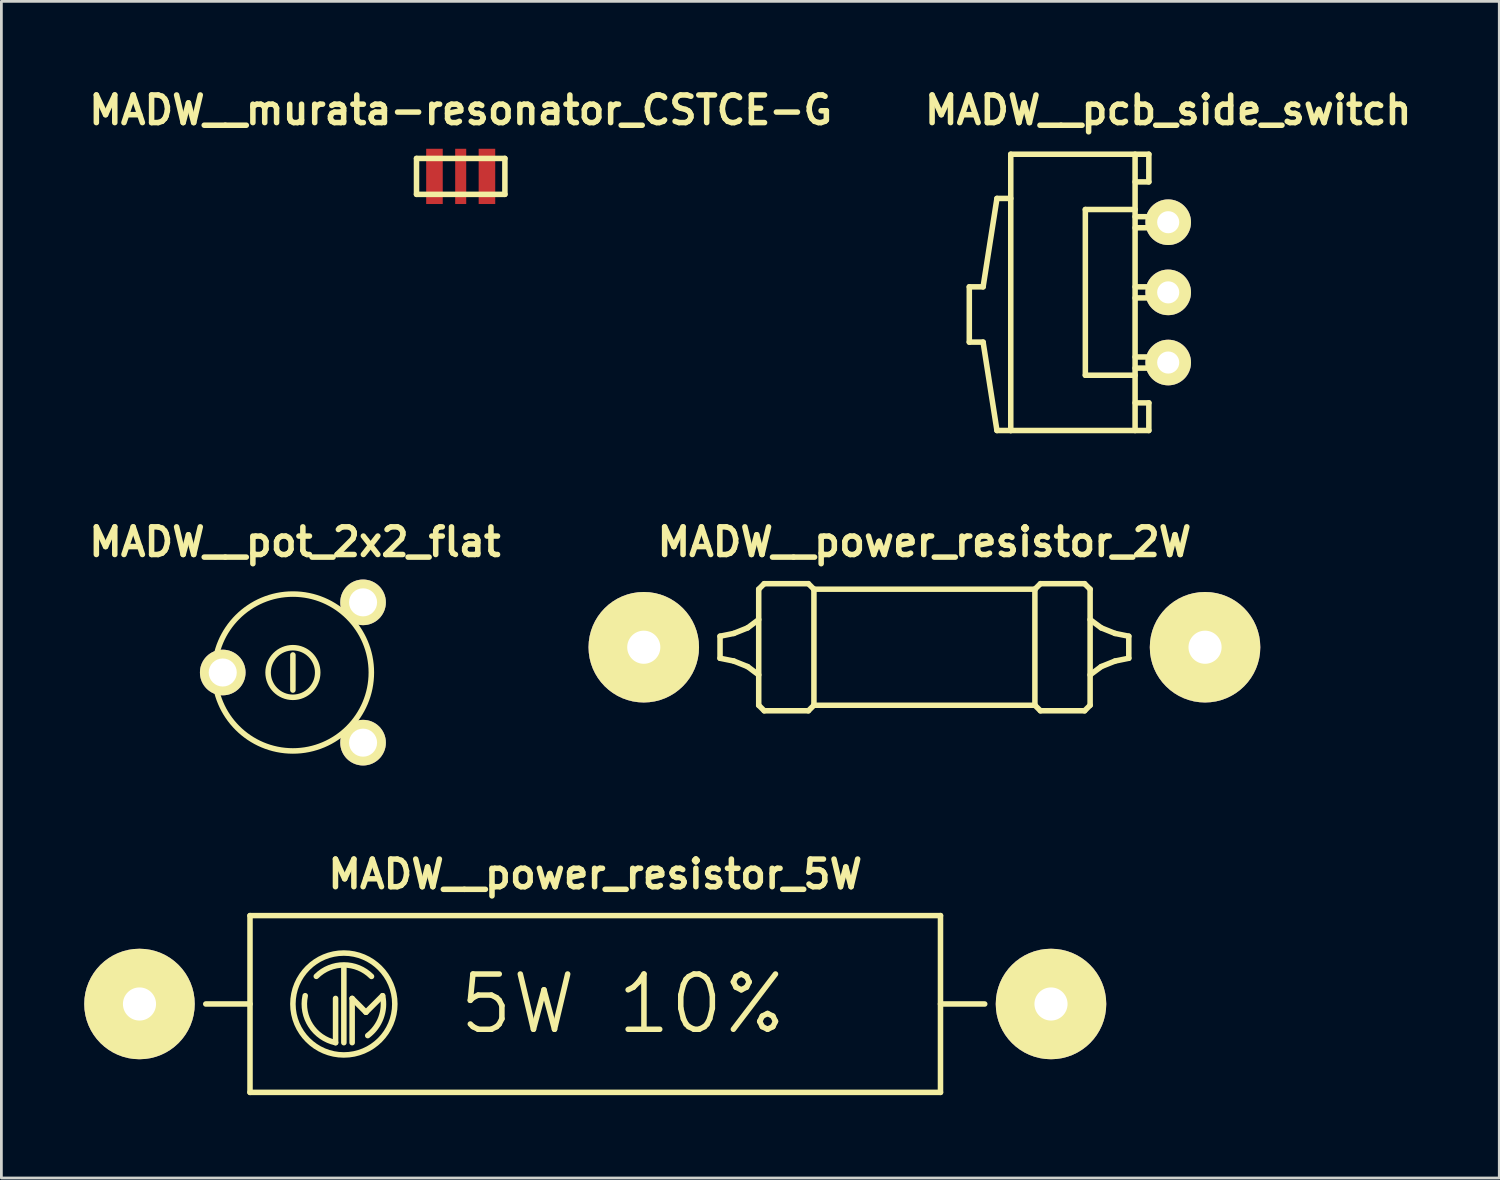
<source format=kicad_pcb>
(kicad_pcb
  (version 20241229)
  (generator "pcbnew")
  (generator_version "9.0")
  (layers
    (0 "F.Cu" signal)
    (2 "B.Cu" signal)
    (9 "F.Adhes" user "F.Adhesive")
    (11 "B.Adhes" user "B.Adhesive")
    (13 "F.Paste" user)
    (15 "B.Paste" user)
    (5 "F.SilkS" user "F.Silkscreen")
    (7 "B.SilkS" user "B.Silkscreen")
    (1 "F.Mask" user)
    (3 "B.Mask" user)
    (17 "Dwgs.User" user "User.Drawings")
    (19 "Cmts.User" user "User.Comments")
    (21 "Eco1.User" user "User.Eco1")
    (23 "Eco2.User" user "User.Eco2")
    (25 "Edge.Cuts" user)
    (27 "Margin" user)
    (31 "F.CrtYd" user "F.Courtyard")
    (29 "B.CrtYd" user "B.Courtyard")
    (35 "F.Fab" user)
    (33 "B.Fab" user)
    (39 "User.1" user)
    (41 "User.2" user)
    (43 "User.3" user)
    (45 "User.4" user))
  (footprint "MADW__murata-resonator_CSTCE-G"
    (layer "F.Cu")
    (at 13.629 3.336)
    (property "Reference" "MADW__murata-resonator_CSTCE-G" (at 0 -2.4 0) (layer "F.SilkS") (effects (font (size 1 1) (thickness 0.2))))
    (attr through_hole)
    (fp_line (start -1.6 -0.65) (end -1.6 0.65) (stroke (width 0.2) (type solid)) (layer "F.SilkS"))
    (fp_line (start -1.6 -0.65) (end 1.6 -0.65) (stroke (width 0.2) (type solid)) (layer "F.SilkS"))
    (fp_line (start 1.6 0.65) (end -1.6 0.65) (stroke (width 0.2) (type solid)) (layer "F.SilkS"))
    (fp_line (start 1.6 -0.65) (end 1.6 0.65) (stroke (width 0.2) (type solid)) (layer "F.SilkS"))
    (pad "1" smd rect (at -0.95 0) (size 0.6 2) (layers "F.Cu" "F.Mask" "F.Paste"))
    (pad "2" smd rect (at 0 0) (size 0.4 2) (layers "F.Cu" "F.Mask" "F.Paste"))
    (pad "3" smd rect (at 0.95 0) (size 0.6 2) (layers "F.Cu" "F.Mask" "F.Paste")))
  (footprint "MADW__power_resistor_5W"
    (layer "F.Cu")
    (at 18.5 33.298)
    (property "Reference" "MADW__power_resistor_5W" (at 0 -4.699 0) (layer "F.SilkS") (effects (font (size 1 1) (thickness 0.2))))
    (attr through_hole)
    (fp_line (start -12.499 -3.2) (end 12.499 -3.2) (stroke (width 0.2) (type solid)) (layer "F.SilkS"))
    (fp_line (start -12.499 0) (end -14.1 0) (stroke (width 0.2) (type solid)) (layer "F.SilkS"))
    (fp_line (start -12.499 3.2) (end -12.499 -3.2) (stroke (width 0.2) (type solid)) (layer "F.SilkS"))
    (fp_line (start -9.401 1.4) (end -9.401 -0.201) (stroke (width 0.2) (type solid)) (layer "F.SilkS"))
    (fp_line (start -9.101 -1.3) (end -9.101 1.4) (stroke (width 0.2) (type solid)) (layer "F.SilkS"))
    (fp_line (start -8.801 -0.201) (end -8.801 1.4) (stroke (width 0.2) (type solid)) (layer "F.SilkS"))
    (fp_line (start -8.801 -0.201) (end -8.301 0.3) (stroke (width 0.2) (type solid)) (layer "F.SilkS"))
    (fp_line (start -8.301 0.3) (end -7.699 -0.3) (stroke (width 0.2) (type solid)) (layer "F.SilkS"))
    (fp_line (start 12.499 -3.2) (end 12.499 3.2) (stroke (width 0.2) (type solid)) (layer "F.SilkS"))
    (fp_line (start 12.499 0) (end 14.1 0) (stroke (width 0.2) (type solid)) (layer "F.SilkS"))
    (fp_line (start 12.499 3.2) (end -12.499 3.2) (stroke (width 0.2) (type solid)) (layer "F.SilkS"))
    (fp_arc (start -10.09904 -1.00076) (mid -9.099024 -1.413492) (end -8.10006 -0.99822) (stroke (width 0.2) (type solid)) (layer "F.SilkS"))
    (fp_arc (start -9.40054 1.39954) (mid -10.302378 0.77769) (end -10.50036 -0.29972) (stroke (width 0.2) (type solid)) (layer "F.SilkS"))
    (fp_arc (start -7.69874 -0.29972) (mid -7.757278 0.500556) (end -8.236637 1.144049) (stroke (width 0.2) (type solid)) (layer "F.SilkS"))
    (fp_circle (center -9.101 0) (end -7.699 1.199) (stroke (width 0.2) (type solid)) (fill no) (layer "F.SilkS"))
    (fp_text user "5W 10%" (at 1.001 0 0) (layer "F.SilkS") (effects (font (size 2 2) (thickness 0.2))))
    (pad "1" thru_hole circle (at -16.5 0) (size 4 4) (drill 1.199) (layers "*.Cu" "*.Mask" "F.SilkS"))
    (pad "2" thru_hole circle (at 16.5 0) (size 4 4) (drill 1.199) (layers "*.Cu" "*.Mask" "F.SilkS")))
  (footprint "MADW__pot_2x2_flat"
    (layer "F.Cu")
    (at 7.554 21.297)
    (property "Reference" "MADW__pot_2x2_flat" (at 0.075 -4.725 0) (layer "F.SilkS") (effects (font (size 1 1) (thickness 0.2))))
    (attr through_hole)
    (fp_line (start 0 -0.635) (end 0 0.635) (stroke (width 0.2) (type solid)) (layer "F.SilkS"))
    (fp_circle (center 0 0) (end 0.635 0.635) (stroke (width 0.2) (type solid)) (fill no) (layer "F.SilkS"))
    (fp_circle (center 0 0) (end 2.54 1.27) (stroke (width 0.2) (type solid)) (fill no) (layer "F.SilkS"))
    (pad "1" thru_hole circle (at 2.54 2.54) (size 1.651 1.651) (drill 1.016) (layers "*.Cu" "*.Mask" "F.SilkS"))
    (pad "2" thru_hole circle (at -2.54 0) (size 1.651 1.651) (drill 1.016) (layers "*.Cu" "*.Mask" "F.SilkS"))
    (pad "3" thru_hole circle (at 2.54 -2.54) (size 1.651 1.651) (drill 1.016) (layers "*.Cu" "*.Mask" "F.SilkS")))
  (footprint "MADW__pcb_side_switch"
    (layer "F.Cu")
    (at 39.243 7.535)
    (property "Reference" "MADW__pcb_side_switch" (at 0 -6.599 0) (layer "F.SilkS") (effects (font (size 1 1) (thickness 0.2))))
    (attr through_hole)
    (fp_line (start -7.201 -0.201) (end -7.201 1.801) (stroke (width 0.2) (type solid)) (layer "F.SilkS"))
    (fp_line (start -7.201 -0.201) (end -6.701 -0.201) (stroke (width 0.2) (type solid)) (layer "F.SilkS"))
    (fp_line (start -7.201 1.801) (end -6.701 1.801) (stroke (width 0.2) (type solid)) (layer "F.SilkS"))
    (fp_line (start -6.701 -0.201) (end -6.2 -3.401) (stroke (width 0.2) (type solid)) (layer "F.SilkS"))
    (fp_line (start -6.701 1.801) (end -6.2 5.001) (stroke (width 0.2) (type solid)) (layer "F.SilkS"))
    (fp_line (start -6.2 -3.401) (end -5.7 -3.401) (stroke (width 0.2) (type solid)) (layer "F.SilkS"))
    (fp_line (start -6.2 5.001) (end -5.7 5.001) (stroke (width 0.2) (type solid)) (layer "F.SilkS"))
    (fp_line (start -5.7 -5.001) (end -5.7 5.001) (stroke (width 0.2) (type solid)) (layer "F.SilkS"))
    (fp_line (start -5.7 5.001) (end -0.701 5.001) (stroke (width 0.2) (type solid)) (layer "F.SilkS"))
    (fp_line (start -3 -3) (end -3 3) (stroke (width 0.2) (type solid)) (layer "F.SilkS"))
    (fp_line (start -3 -3) (end -1.199 -3) (stroke (width 0.2) (type solid)) (layer "F.SilkS"))
    (fp_line (start -3 3) (end -1.199 3) (stroke (width 0.2) (type solid)) (layer "F.SilkS"))
    (fp_line (start -1.199 -5.001) (end -1.199 5.001) (stroke (width 0.2) (type solid)) (layer "F.SilkS"))
    (fp_line (start -0.701 -5.001) (end -5.7 -5.001) (stroke (width 0.2) (type solid)) (layer "F.SilkS"))
    (fp_line (start -0.701 -5.001) (end -0.701 -4) (stroke (width 0.2) (type solid)) (layer "F.SilkS"))
    (fp_line (start -0.701 -4) (end -1.199 -4) (stroke (width 0.2) (type solid)) (layer "F.SilkS"))
    (fp_line (start -0.701 4) (end -1.199 4) (stroke (width 0.2) (type solid)) (layer "F.SilkS"))
    (fp_line (start -0.701 5.001) (end -0.701 4) (stroke (width 0.2) (type solid)) (layer "F.SilkS"))
    (fp_line (start 0.201 -2.741) (end -1.199 -2.741) (stroke (width 0.2) (type solid)) (layer "F.SilkS"))
    (fp_line (start 0.201 -2.339) (end -1.199 -2.339) (stroke (width 0.2) (type solid)) (layer "F.SilkS"))
    (fp_line (start 0.201 -2.339) (end 0.201 -2.741) (stroke (width 0.2) (type solid)) (layer "F.SilkS"))
    (fp_line (start 0.201 -0.201) (end -1.199 -0.201) (stroke (width 0.2) (type solid)) (layer "F.SilkS"))
    (fp_line (start 0.201 -0.201) (end 0.201 0.201) (stroke (width 0.2) (type solid)) (layer "F.SilkS"))
    (fp_line (start 0.201 0.201) (end -1.199 0.201) (stroke (width 0.2) (type solid)) (layer "F.SilkS"))
    (fp_line (start 0.201 2.339) (end -1.199 2.339) (stroke (width 0.2) (type solid)) (layer "F.SilkS"))
    (fp_line (start 0.201 2.339) (end 0.201 2.741) (stroke (width 0.2) (type solid)) (layer "F.SilkS"))
    (fp_line (start 0.201 2.741) (end -1.199 2.741) (stroke (width 0.2) (type solid)) (layer "F.SilkS"))
    (pad "1" thru_hole circle (at 0 2.54) (size 1.651 1.651) (drill 0.8) (layers "*.Cu" "*.Mask" "F.SilkS"))
    (pad "2" thru_hole circle (at 0 0) (size 1.651 1.651) (drill 0.8) (layers "*.Cu" "*.Mask" "F.SilkS"))
    (pad "3" thru_hole circle (at 0 -2.54) (size 1.651 1.651) (drill 0.8) (layers "*.Cu" "*.Mask" "F.SilkS")))
  (footprint "MADW__power_resistor_2W"
    (layer "F.Cu")
    (at 30.417 20.382)
    (property "Reference" "MADW__power_resistor_2W" (at 0 -3.81 0) (layer "F.SilkS") (effects (font (size 1 1) (thickness 0.2))))
    (attr through_hole)
    (fp_line (start -7.399 -0.399) (end -7.399 0.399) (stroke (width 0.2) (type solid)) (layer "F.SilkS"))
    (fp_line (start -7.399 0.399) (end -6.901 0.5) (stroke (width 0.2) (type solid)) (layer "F.SilkS"))
    (fp_line (start -6.901 -0.5) (end -7.399 -0.399) (stroke (width 0.2) (type solid)) (layer "F.SilkS"))
    (fp_line (start -6.901 0.5) (end -6.401 0.701) (stroke (width 0.2) (type solid)) (layer "F.SilkS"))
    (fp_line (start -6.401 -0.701) (end -6.901 -0.5) (stroke (width 0.2) (type solid)) (layer "F.SilkS"))
    (fp_line (start -6.401 0.701) (end -5.999 1.001) (stroke (width 0.2) (type solid)) (layer "F.SilkS"))
    (fp_line (start -5.999 -2.101) (end -5.999 2.101) (stroke (width 0.2) (type solid)) (layer "F.SilkS"))
    (fp_line (start -5.999 -1.001) (end -6.401 -0.701) (stroke (width 0.2) (type solid)) (layer "F.SilkS"))
    (fp_line (start -5.999 2.101) (end -5.799 2.301) (stroke (width 0.2) (type solid)) (layer "F.SilkS"))
    (fp_line (start -5.799 -2.301) (end -5.999 -2.101) (stroke (width 0.2) (type solid)) (layer "F.SilkS"))
    (fp_line (start -5.799 2.301) (end -4.201 2.301) (stroke (width 0.2) (type solid)) (layer "F.SilkS"))
    (fp_line (start -4.201 -2.301) (end -5.799 -2.301) (stroke (width 0.2) (type solid)) (layer "F.SilkS"))
    (fp_line (start -4.201 2.301) (end -4 2.101) (stroke (width 0.2) (type solid)) (layer "F.SilkS"))
    (fp_line (start -4 -2.101) (end -4.201 -2.301) (stroke (width 0.2) (type solid)) (layer "F.SilkS"))
    (fp_line (start -4 -2.101) (end -4 2.101) (stroke (width 0.2) (type solid)) (layer "F.SilkS"))
    (fp_line (start -4 -2.101) (end 4 -2.101) (stroke (width 0.2) (type solid)) (layer "F.SilkS"))
    (fp_line (start -4 2.101) (end 4 2.101) (stroke (width 0.2) (type solid)) (layer "F.SilkS"))
    (fp_line (start 4 -2.101) (end 4.201 -2.301) (stroke (width 0.2) (type solid)) (layer "F.SilkS"))
    (fp_line (start 4 2.101) (end 4 -2.101) (stroke (width 0.2) (type solid)) (layer "F.SilkS"))
    (fp_line (start 4.201 -2.301) (end 5.799 -2.301) (stroke (width 0.2) (type solid)) (layer "F.SilkS"))
    (fp_line (start 4.201 2.301) (end 4 2.101) (stroke (width 0.2) (type solid)) (layer "F.SilkS"))
    (fp_line (start 5.799 -2.301) (end 5.999 -2.101) (stroke (width 0.2) (type solid)) (layer "F.SilkS"))
    (fp_line (start 5.799 2.301) (end 4.201 2.301) (stroke (width 0.2) (type solid)) (layer "F.SilkS"))
    (fp_line (start 5.999 -2.101) (end 5.999 2.101) (stroke (width 0.2) (type solid)) (layer "F.SilkS"))
    (fp_line (start 5.999 -1.001) (end 6.401 -0.701) (stroke (width 0.2) (type solid)) (layer "F.SilkS"))
    (fp_line (start 5.999 2.101) (end 5.799 2.301) (stroke (width 0.2) (type solid)) (layer "F.SilkS"))
    (fp_line (start 6.401 -0.701) (end 6.901 -0.5) (stroke (width 0.2) (type solid)) (layer "F.SilkS"))
    (fp_line (start 6.401 0.701) (end 5.999 1.001) (stroke (width 0.2) (type solid)) (layer "F.SilkS"))
    (fp_line (start 6.901 -0.5) (end 7.399 -0.399) (stroke (width 0.2) (type solid)) (layer "F.SilkS"))
    (fp_line (start 6.901 0.5) (end 6.401 0.701) (stroke (width 0.2) (type solid)) (layer "F.SilkS"))
    (fp_line (start 7.399 -0.399) (end 7.399 0.399) (stroke (width 0.2) (type solid)) (layer "F.SilkS"))
    (fp_line (start 7.399 0.399) (end 6.901 0.5) (stroke (width 0.2) (type solid)) (layer "F.SilkS"))
    (pad "1" thru_hole circle (at -10.16 0) (size 4 4) (drill 1.199) (layers "*.Cu" "*.Mask" "F.SilkS"))
    (pad "2" thru_hole circle (at 10.16 0) (size 4 4) (drill 1.199) (layers "*.Cu" "*.Mask" "F.SilkS")))
  (gr_rect
    (start -3 -3)
    (end 51.229 39.598)
    (stroke (width 0.1) (type default))
    (fill no)
    (layer "Edge.Cuts")))
</source>
